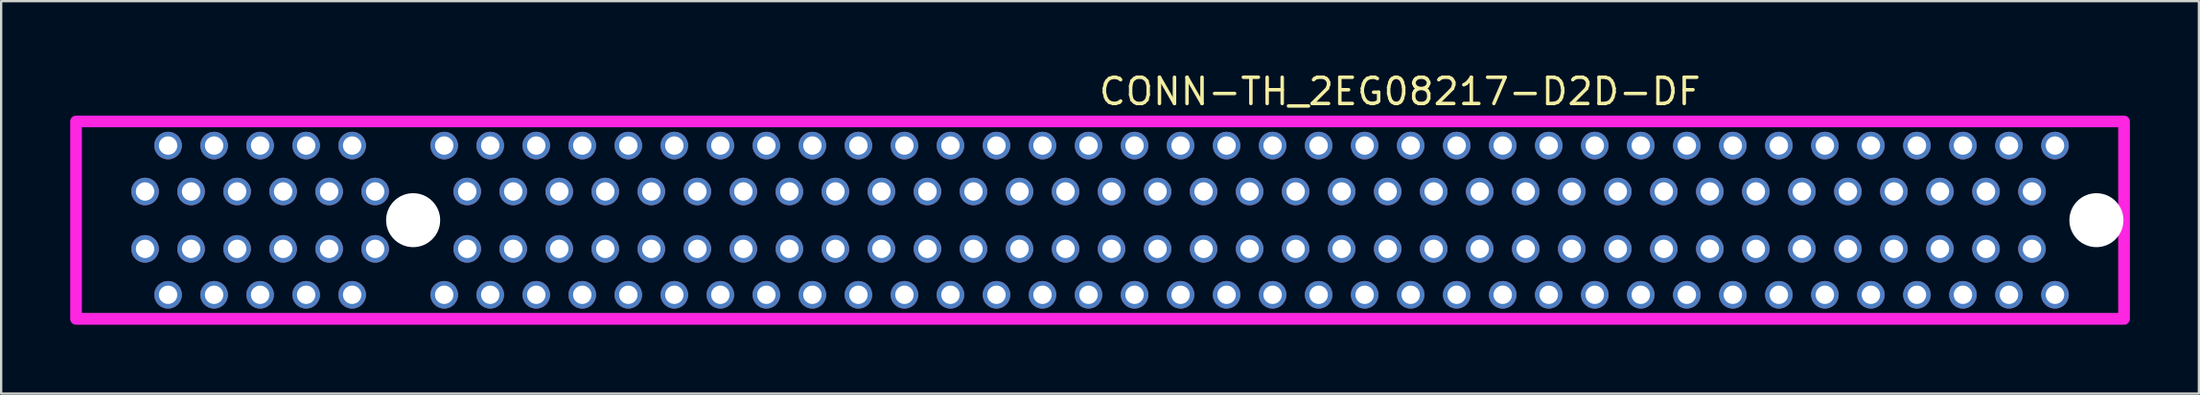
<source format=kicad_pcb>
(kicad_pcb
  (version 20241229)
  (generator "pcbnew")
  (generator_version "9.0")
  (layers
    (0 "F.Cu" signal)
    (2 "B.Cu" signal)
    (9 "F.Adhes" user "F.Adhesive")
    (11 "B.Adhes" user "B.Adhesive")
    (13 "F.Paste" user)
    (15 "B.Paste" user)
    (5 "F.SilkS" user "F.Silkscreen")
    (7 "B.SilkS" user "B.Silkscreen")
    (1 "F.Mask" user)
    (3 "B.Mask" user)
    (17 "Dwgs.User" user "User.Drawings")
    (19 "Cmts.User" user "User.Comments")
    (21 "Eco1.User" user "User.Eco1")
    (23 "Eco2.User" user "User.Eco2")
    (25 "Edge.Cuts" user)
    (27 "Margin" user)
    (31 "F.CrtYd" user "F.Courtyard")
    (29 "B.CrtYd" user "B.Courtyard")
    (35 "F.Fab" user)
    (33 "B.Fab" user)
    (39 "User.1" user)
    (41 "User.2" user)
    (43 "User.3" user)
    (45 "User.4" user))
  (footprint "CONN-TH_2EG08217-D2D-DF"
    (layer "F.Cu")
    (at 44.754 6.54)
    (property "Reference" "CONN-TH_2EG08217-D2D-DF" (at -0.13 -5.604 0) (layer "F.SilkS") (effects (font (size 1.143 1.143) (thickness 0.152)) (justify left)))
    (attr through_hole)
    (fp_line (start -44.455 -4.191) (end -44.455 4.191) (stroke (width 0.254) (type solid)) (layer "F.SilkS"))
    (fp_line (start -44.455 -4.191) (end 44.445 -4.191) (stroke (width 0.254) (type solid)) (layer "F.SilkS"))
    (fp_line (start -44.455 4.191) (end 44.445 4.191) (stroke (width 0.254) (type solid)) (layer "F.SilkS"))
    (fp_line (start 44.445 -0.747) (end 44.445 -4.191) (stroke (width 0.254) (type solid)) (layer "F.SilkS"))
    (fp_line (start 44.445 4.191) (end 44.445 0.747) (stroke (width 0.254) (type solid)) (layer "F.SilkS"))
    (fp_circle (center -29.85 -0.000127) (end -29.85 0.5) (stroke (width 1) (type solid)) (fill no) (layer "Cmts.User"))
    (fp_circle (center 43.3 -0.000127) (end 43.3 0.5) (stroke (width 1) (type solid)) (fill no) (layer "Cmts.User"))
    (fp_poly (pts (xy -44.5 -4.3) (xy 44.5 -4.3) (xy 44.5 4.3) (xy -44.5 4.3)) (stroke (width 0.508) (type solid)) (fill no) (layer "F.CrtYd"))
    (pad "" np_thru_hole circle (at -29.85 -0.000127) (size 2.35 2.35) (drill 2.35) (layers "*.Cu" "*.Mask"))
    (pad "" np_thru_hole circle (at 43.3 -0.000127) (size 2.35 2.35) (drill 2.35) (layers "*.Cu" "*.Mask"))
    (pad "1" thru_hole circle (at -41.5 -1.25) (size 1.2 1.2) (drill 0.8) (layers "*.Cu" "*.Mask"))
    (pad "2" thru_hole circle (at -40.5 -3.25) (size 1.2 1.2) (drill 0.8) (layers "*.Cu" "*.Mask"))
    (pad "3" thru_hole circle (at -39.5 -1.25) (size 1.2 1.2) (drill 0.8) (layers "*.Cu" "*.Mask"))
    (pad "4" thru_hole circle (at -38.5 -3.25) (size 1.2 1.2) (drill 0.8) (layers "*.Cu" "*.Mask"))
    (pad "5" thru_hole circle (at -37.5 -1.25) (size 1.2 1.2) (drill 0.8) (layers "*.Cu" "*.Mask"))
    (pad "6" thru_hole circle (at -36.5 -3.25) (size 1.2 1.2) (drill 0.8) (layers "*.Cu" "*.Mask"))
    (pad "7" thru_hole circle (at -35.5 -1.25) (size 1.2 1.2) (drill 0.8) (layers "*.Cu" "*.Mask"))
    (pad "8" thru_hole circle (at -34.5 -3.25) (size 1.2 1.2) (drill 0.8) (layers "*.Cu" "*.Mask"))
    (pad "9" thru_hole circle (at -33.5 -1.25) (size 1.2 1.2) (drill 0.8) (layers "*.Cu" "*.Mask"))
    (pad "10" thru_hole circle (at -32.5 -3.25) (size 1.2 1.2) (drill 0.8) (layers "*.Cu" "*.Mask"))
    (pad "11" thru_hole circle (at -31.5 -1.25) (size 1.2 1.2) (drill 0.8) (layers "*.Cu" "*.Mask"))
    (pad "12" thru_hole circle (at -28.5 -3.25) (size 1.2 1.2) (drill 0.8) (layers "*.Cu" "*.Mask"))
    (pad "13" thru_hole circle (at -27.5 -1.25) (size 1.2 1.2) (drill 0.8) (layers "*.Cu" "*.Mask"))
    (pad "14" thru_hole circle (at -26.5 -3.25) (size 1.2 1.2) (drill 0.8) (layers "*.Cu" "*.Mask"))
    (pad "15" thru_hole circle (at -25.5 -1.25) (size 1.2 1.2) (drill 0.8) (layers "*.Cu" "*.Mask"))
    (pad "16" thru_hole circle (at -24.5 -3.25) (size 1.2 1.2) (drill 0.8) (layers "*.Cu" "*.Mask"))
    (pad "17" thru_hole circle (at -23.5 -1.25) (size 1.2 1.2) (drill 0.8) (layers "*.Cu" "*.Mask"))
    (pad "18" thru_hole circle (at -22.5 -3.25) (size 1.2 1.2) (drill 0.8) (layers "*.Cu" "*.Mask"))
    (pad "19" thru_hole circle (at -21.5 -1.25) (size 1.2 1.2) (drill 0.8) (layers "*.Cu" "*.Mask"))
    (pad "20" thru_hole circle (at -20.5 -3.25) (size 1.2 1.2) (drill 0.8) (layers "*.Cu" "*.Mask"))
    (pad "21" thru_hole circle (at -19.5 -1.25) (size 1.2 1.2) (drill 0.8) (layers "*.Cu" "*.Mask"))
    (pad "22" thru_hole circle (at -18.5 -3.25) (size 1.2 1.2) (drill 0.8) (layers "*.Cu" "*.Mask"))
    (pad "23" thru_hole circle (at -17.5 -1.25) (size 1.2 1.2) (drill 0.8) (layers "*.Cu" "*.Mask"))
    (pad "24" thru_hole circle (at -16.5 -3.25) (size 1.2 1.2) (drill 0.8) (layers "*.Cu" "*.Mask"))
    (pad "25" thru_hole circle (at -15.5 -1.25) (size 1.2 1.2) (drill 0.8) (layers "*.Cu" "*.Mask"))
    (pad "26" thru_hole circle (at -14.5 -3.25) (size 1.2 1.2) (drill 0.8) (layers "*.Cu" "*.Mask"))
    (pad "27" thru_hole circle (at -13.5 -1.25) (size 1.2 1.2) (drill 0.8) (layers "*.Cu" "*.Mask"))
    (pad "28" thru_hole circle (at -12.5 -3.25) (size 1.2 1.2) (drill 0.8) (layers "*.Cu" "*.Mask"))
    (pad "29" thru_hole circle (at -11.5 -1.25) (size 1.2 1.2) (drill 0.8) (layers "*.Cu" "*.Mask"))
    (pad "30" thru_hole circle (at -10.5 -3.25) (size 1.2 1.2) (drill 0.8) (layers "*.Cu" "*.Mask"))
    (pad "31" thru_hole circle (at -9.5 -1.25) (size 1.2 1.2) (drill 0.8) (layers "*.Cu" "*.Mask"))
    (pad "32" thru_hole circle (at -8.5 -3.25) (size 1.2 1.2) (drill 0.8) (layers "*.Cu" "*.Mask"))
    (pad "33" thru_hole circle (at -7.5 -1.25) (size 1.2 1.2) (drill 0.8) (layers "*.Cu" "*.Mask"))
    (pad "34" thru_hole circle (at -6.5 -3.25) (size 1.2 1.2) (drill 0.8) (layers "*.Cu" "*.Mask"))
    (pad "35" thru_hole circle (at -5.5 -1.25) (size 1.2 1.2) (drill 0.8) (layers "*.Cu" "*.Mask"))
    (pad "36" thru_hole circle (at -4.5 -3.25) (size 1.2 1.2) (drill 0.8) (layers "*.Cu" "*.Mask"))
    (pad "37" thru_hole circle (at -3.5 -1.25) (size 1.2 1.2) (drill 0.8) (layers "*.Cu" "*.Mask"))
    (pad "38" thru_hole circle (at -2.5 -3.25) (size 1.2 1.2) (drill 0.8) (layers "*.Cu" "*.Mask"))
    (pad "39" thru_hole circle (at -1.5 -1.25) (size 1.2 1.2) (drill 0.8) (layers "*.Cu" "*.Mask"))
    (pad "40" thru_hole circle (at -0.5 -3.25) (size 1.2 1.2) (drill 0.8) (layers "*.Cu" "*.Mask"))
    (pad "41" thru_hole circle (at 0.5 -1.25) (size 1.2 1.2) (drill 0.8) (layers "*.Cu" "*.Mask"))
    (pad "42" thru_hole circle (at 1.5 -3.25) (size 1.2 1.2) (drill 0.8) (layers "*.Cu" "*.Mask"))
    (pad "43" thru_hole circle (at 2.5 -1.25) (size 1.2 1.2) (drill 0.8) (layers "*.Cu" "*.Mask"))
    (pad "44" thru_hole circle (at 3.5 -3.25) (size 1.2 1.2) (drill 0.8) (layers "*.Cu" "*.Mask"))
    (pad "45" thru_hole circle (at 4.5 -1.25) (size 1.2 1.2) (drill 0.8) (layers "*.Cu" "*.Mask"))
    (pad "46" thru_hole circle (at 5.5 -3.25) (size 1.2 1.2) (drill 0.8) (layers "*.Cu" "*.Mask"))
    (pad "47" thru_hole circle (at 6.5 -1.25) (size 1.2 1.2) (drill 0.8) (layers "*.Cu" "*.Mask"))
    (pad "48" thru_hole circle (at 7.5 -3.25) (size 1.2 1.2) (drill 0.8) (layers "*.Cu" "*.Mask"))
    (pad "49" thru_hole circle (at 8.5 -1.25) (size 1.2 1.2) (drill 0.8) (layers "*.Cu" "*.Mask"))
    (pad "50" thru_hole circle (at 9.5 -3.25) (size 1.2 1.2) (drill 0.8) (layers "*.Cu" "*.Mask"))
    (pad "51" thru_hole circle (at 10.5 -1.25) (size 1.2 1.2) (drill 0.8) (layers "*.Cu" "*.Mask"))
    (pad "52" thru_hole circle (at 11.5 -3.25) (size 1.2 1.2) (drill 0.8) (layers "*.Cu" "*.Mask"))
    (pad "53" thru_hole circle (at 12.5 -1.25) (size 1.2 1.2) (drill 0.8) (layers "*.Cu" "*.Mask"))
    (pad "54" thru_hole circle (at 13.5 -3.25) (size 1.2 1.2) (drill 0.8) (layers "*.Cu" "*.Mask"))
    (pad "55" thru_hole circle (at 14.5 -1.25) (size 1.2 1.2) (drill 0.8) (layers "*.Cu" "*.Mask"))
    (pad "56" thru_hole circle (at 15.5 -3.25) (size 1.2 1.2) (drill 0.8) (layers "*.Cu" "*.Mask"))
    (pad "57" thru_hole circle (at 16.5 -1.25) (size 1.2 1.2) (drill 0.8) (layers "*.Cu" "*.Mask"))
    (pad "58" thru_hole circle (at 17.5 -3.25) (size 1.2 1.2) (drill 0.8) (layers "*.Cu" "*.Mask"))
    (pad "59" thru_hole circle (at 18.5 -1.25) (size 1.2 1.2) (drill 0.8) (layers "*.Cu" "*.Mask"))
    (pad "60" thru_hole circle (at 19.5 -3.25) (size 1.2 1.2) (drill 0.8) (layers "*.Cu" "*.Mask"))
    (pad "61" thru_hole circle (at 20.5 -1.25) (size 1.2 1.2) (drill 0.8) (layers "*.Cu" "*.Mask"))
    (pad "62" thru_hole circle (at 21.5 -3.25) (size 1.2 1.2) (drill 0.8) (layers "*.Cu" "*.Mask"))
    (pad "63" thru_hole circle (at 22.5 -1.25) (size 1.2 1.2) (drill 0.8) (layers "*.Cu" "*.Mask"))
    (pad "64" thru_hole circle (at 23.5 -3.25) (size 1.2 1.2) (drill 0.8) (layers "*.Cu" "*.Mask"))
    (pad "65" thru_hole circle (at 24.5 -1.25) (size 1.2 1.2) (drill 0.8) (layers "*.Cu" "*.Mask"))
    (pad "66" thru_hole circle (at 25.5 -3.25) (size 1.2 1.2) (drill 0.8) (layers "*.Cu" "*.Mask"))
    (pad "67" thru_hole circle (at 26.5 -1.25) (size 1.2 1.2) (drill 0.8) (layers "*.Cu" "*.Mask"))
    (pad "68" thru_hole circle (at 27.5 -3.25) (size 1.2 1.2) (drill 0.8) (layers "*.Cu" "*.Mask"))
    (pad "69" thru_hole circle (at 28.5 -1.25) (size 1.2 1.2) (drill 0.8) (layers "*.Cu" "*.Mask"))
    (pad "70" thru_hole circle (at 29.5 -3.25) (size 1.2 1.2) (drill 0.8) (layers "*.Cu" "*.Mask"))
    (pad "71" thru_hole circle (at 30.5 -1.25) (size 1.2 1.2) (drill 0.8) (layers "*.Cu" "*.Mask"))
    (pad "72" thru_hole circle (at 31.5 -3.25) (size 1.2 1.2) (drill 0.8) (layers "*.Cu" "*.Mask"))
    (pad "73" thru_hole circle (at 32.5 -1.25) (size 1.2 1.2) (drill 0.8) (layers "*.Cu" "*.Mask"))
    (pad "74" thru_hole circle (at 33.5 -3.25) (size 1.2 1.2) (drill 0.8) (layers "*.Cu" "*.Mask"))
    (pad "75" thru_hole circle (at 34.5 -1.25) (size 1.2 1.2) (drill 0.8) (layers "*.Cu" "*.Mask"))
    (pad "76" thru_hole circle (at 35.5 -3.25) (size 1.2 1.2) (drill 0.8) (layers "*.Cu" "*.Mask"))
    (pad "77" thru_hole circle (at 36.5 -1.25) (size 1.2 1.2) (drill 0.8) (layers "*.Cu" "*.Mask"))
    (pad "78" thru_hole circle (at 37.5 -3.25) (size 1.2 1.2) (drill 0.8) (layers "*.Cu" "*.Mask"))
    (pad "79" thru_hole circle (at 38.5 -1.25) (size 1.2 1.2) (drill 0.8) (layers "*.Cu" "*.Mask"))
    (pad "80" thru_hole circle (at 39.5 -3.25) (size 1.2 1.2) (drill 0.8) (layers "*.Cu" "*.Mask"))
    (pad "81" thru_hole circle (at 40.5 -1.25) (size 1.2 1.2) (drill 0.8) (layers "*.Cu" "*.Mask"))
    (pad "82" thru_hole circle (at 41.5 -3.25) (size 1.2 1.2) (drill 0.8) (layers "*.Cu" "*.Mask"))
    (pad "83" thru_hole circle (at -41.5 1.25) (size 1.2 1.2) (drill 0.8) (layers "*.Cu" "*.Mask"))
    (pad "84" thru_hole circle (at -40.5 3.25) (size 1.2 1.2) (drill 0.8) (layers "*.Cu" "*.Mask"))
    (pad "85" thru_hole circle (at -39.5 1.25) (size 1.2 1.2) (drill 0.8) (layers "*.Cu" "*.Mask"))
    (pad "86" thru_hole circle (at -38.5 3.25) (size 1.2 1.2) (drill 0.8) (layers "*.Cu" "*.Mask"))
    (pad "87" thru_hole circle (at -37.5 1.25) (size 1.2 1.2) (drill 0.8) (layers "*.Cu" "*.Mask"))
    (pad "88" thru_hole circle (at -36.5 3.25) (size 1.2 1.2) (drill 0.8) (layers "*.Cu" "*.Mask"))
    (pad "89" thru_hole circle (at -35.5 1.25) (size 1.2 1.2) (drill 0.8) (layers "*.Cu" "*.Mask"))
    (pad "90" thru_hole circle (at -34.5 3.25) (size 1.2 1.2) (drill 0.8) (layers "*.Cu" "*.Mask"))
    (pad "91" thru_hole circle (at -33.5 1.25) (size 1.2 1.2) (drill 0.8) (layers "*.Cu" "*.Mask"))
    (pad "92" thru_hole circle (at -32.5 3.25) (size 1.2 1.2) (drill 0.8) (layers "*.Cu" "*.Mask"))
    (pad "93" thru_hole circle (at -31.5 1.25) (size 1.2 1.2) (drill 0.8) (layers "*.Cu" "*.Mask"))
    (pad "94" thru_hole circle (at -28.5 3.25) (size 1.2 1.2) (drill 0.8) (layers "*.Cu" "*.Mask"))
    (pad "95" thru_hole circle (at -27.5 1.25) (size 1.2 1.2) (drill 0.8) (layers "*.Cu" "*.Mask"))
    (pad "96" thru_hole circle (at -26.5 3.25) (size 1.2 1.2) (drill 0.8) (layers "*.Cu" "*.Mask"))
    (pad "97" thru_hole circle (at -25.5 1.25) (size 1.2 1.2) (drill 0.8) (layers "*.Cu" "*.Mask"))
    (pad "98" thru_hole circle (at -24.5 3.25) (size 1.2 1.2) (drill 0.8) (layers "*.Cu" "*.Mask"))
    (pad "99" thru_hole circle (at -23.5 1.25) (size 1.2 1.2) (drill 0.8) (layers "*.Cu" "*.Mask"))
    (pad "100" thru_hole circle (at -22.5 3.25) (size 1.2 1.2) (drill 0.8) (layers "*.Cu" "*.Mask"))
    (pad "101" thru_hole circle (at -21.5 1.25) (size 1.2 1.2) (drill 0.8) (layers "*.Cu" "*.Mask"))
    (pad "102" thru_hole circle (at -20.5 3.25) (size 1.2 1.2) (drill 0.8) (layers "*.Cu" "*.Mask"))
    (pad "103" thru_hole circle (at -19.5 1.25) (size 1.2 1.2) (drill 0.8) (layers "*.Cu" "*.Mask"))
    (pad "104" thru_hole circle (at -18.5 3.25) (size 1.2 1.2) (drill 0.8) (layers "*.Cu" "*.Mask"))
    (pad "105" thru_hole circle (at -17.5 1.25) (size 1.2 1.2) (drill 0.8) (layers "*.Cu" "*.Mask"))
    (pad "106" thru_hole circle (at -16.5 3.25) (size 1.2 1.2) (drill 0.8) (layers "*.Cu" "*.Mask"))
    (pad "107" thru_hole circle (at -15.5 1.25) (size 1.2 1.2) (drill 0.8) (layers "*.Cu" "*.Mask"))
    (pad "108" thru_hole circle (at -14.5 3.25) (size 1.2 1.2) (drill 0.8) (layers "*.Cu" "*.Mask"))
    (pad "109" thru_hole circle (at -13.5 1.25) (size 1.2 1.2) (drill 0.8) (layers "*.Cu" "*.Mask"))
    (pad "110" thru_hole circle (at -12.5 3.25) (size 1.2 1.2) (drill 0.8) (layers "*.Cu" "*.Mask"))
    (pad "111" thru_hole circle (at -11.5 1.25) (size 1.2 1.2) (drill 0.8) (layers "*.Cu" "*.Mask"))
    (pad "112" thru_hole circle (at -10.5 3.25) (size 1.2 1.2) (drill 0.8) (layers "*.Cu" "*.Mask"))
    (pad "113" thru_hole circle (at -9.5 1.25) (size 1.2 1.2) (drill 0.8) (layers "*.Cu" "*.Mask"))
    (pad "114" thru_hole circle (at -8.5 3.25) (size 1.2 1.2) (drill 0.8) (layers "*.Cu" "*.Mask"))
    (pad "115" thru_hole circle (at -7.5 1.25) (size 1.2 1.2) (drill 0.8) (layers "*.Cu" "*.Mask"))
    (pad "116" thru_hole circle (at -6.5 3.25) (size 1.2 1.2) (drill 0.8) (layers "*.Cu" "*.Mask"))
    (pad "117" thru_hole circle (at -5.5 1.25) (size 1.2 1.2) (drill 0.8) (layers "*.Cu" "*.Mask"))
    (pad "118" thru_hole circle (at -4.5 3.25) (size 1.2 1.2) (drill 0.8) (layers "*.Cu" "*.Mask"))
    (pad "119" thru_hole circle (at -3.5 1.25) (size 1.2 1.2) (drill 0.8) (layers "*.Cu" "*.Mask"))
    (pad "120" thru_hole circle (at -2.5 3.25) (size 1.2 1.2) (drill 0.8) (layers "*.Cu" "*.Mask"))
    (pad "121" thru_hole circle (at -1.5 1.25) (size 1.2 1.2) (drill 0.8) (layers "*.Cu" "*.Mask"))
    (pad "122" thru_hole circle (at -0.5 3.25) (size 1.2 1.2) (drill 0.8) (layers "*.Cu" "*.Mask"))
    (pad "123" thru_hole circle (at 0.5 1.25) (size 1.2 1.2) (drill 0.8) (layers "*.Cu" "*.Mask"))
    (pad "124" thru_hole circle (at 1.5 3.25) (size 1.2 1.2) (drill 0.8) (layers "*.Cu" "*.Mask"))
    (pad "125" thru_hole circle (at 2.5 1.25) (size 1.2 1.2) (drill 0.8) (layers "*.Cu" "*.Mask"))
    (pad "126" thru_hole circle (at 3.5 3.25) (size 1.2 1.2) (drill 0.8) (layers "*.Cu" "*.Mask"))
    (pad "127" thru_hole circle (at 4.5 1.25) (size 1.2 1.2) (drill 0.8) (layers "*.Cu" "*.Mask"))
    (pad "128" thru_hole circle (at 5.5 3.25) (size 1.2 1.2) (drill 0.8) (layers "*.Cu" "*.Mask"))
    (pad "129" thru_hole circle (at 6.5 1.25) (size 1.2 1.2) (drill 0.8) (layers "*.Cu" "*.Mask"))
    (pad "130" thru_hole circle (at 7.5 3.25) (size 1.2 1.2) (drill 0.8) (layers "*.Cu" "*.Mask"))
    (pad "131" thru_hole circle (at 8.5 1.25) (size 1.2 1.2) (drill 0.8) (layers "*.Cu" "*.Mask"))
    (pad "132" thru_hole circle (at 9.5 3.25) (size 1.2 1.2) (drill 0.8) (layers "*.Cu" "*.Mask"))
    (pad "133" thru_hole circle (at 10.5 1.25) (size 1.2 1.2) (drill 0.8) (layers "*.Cu" "*.Mask"))
    (pad "134" thru_hole circle (at 11.5 3.25) (size 1.2 1.2) (drill 0.8) (layers "*.Cu" "*.Mask"))
    (pad "135" thru_hole circle (at 12.5 1.25) (size 1.2 1.2) (drill 0.8) (layers "*.Cu" "*.Mask"))
    (pad "136" thru_hole circle (at 13.5 3.25) (size 1.2 1.2) (drill 0.8) (layers "*.Cu" "*.Mask"))
    (pad "137" thru_hole circle (at 14.5 1.25) (size 1.2 1.2) (drill 0.8) (layers "*.Cu" "*.Mask"))
    (pad "138" thru_hole circle (at 15.5 3.25) (size 1.2 1.2) (drill 0.8) (layers "*.Cu" "*.Mask"))
    (pad "139" thru_hole circle (at 16.5 1.25) (size 1.2 1.2) (drill 0.8) (layers "*.Cu" "*.Mask"))
    (pad "140" thru_hole circle (at 17.5 3.25) (size 1.2 1.2) (drill 0.8) (layers "*.Cu" "*.Mask"))
    (pad "141" thru_hole circle (at 18.5 1.25) (size 1.2 1.2) (drill 0.8) (layers "*.Cu" "*.Mask"))
    (pad "142" thru_hole circle (at 19.5 3.25) (size 1.2 1.2) (drill 0.8) (layers "*.Cu" "*.Mask"))
    (pad "143" thru_hole circle (at 20.5 1.25) (size 1.2 1.2) (drill 0.8) (layers "*.Cu" "*.Mask"))
    (pad "144" thru_hole circle (at 21.5 3.25) (size 1.2 1.2) (drill 0.8) (layers "*.Cu" "*.Mask"))
    (pad "145" thru_hole circle (at 22.5 1.25) (size 1.2 1.2) (drill 0.8) (layers "*.Cu" "*.Mask"))
    (pad "146" thru_hole circle (at 23.5 3.25) (size 1.2 1.2) (drill 0.8) (layers "*.Cu" "*.Mask"))
    (pad "147" thru_hole circle (at 24.5 1.25) (size 1.2 1.2) (drill 0.8) (layers "*.Cu" "*.Mask"))
    (pad "148" thru_hole circle (at 25.5 3.25) (size 1.2 1.2) (drill 0.8) (layers "*.Cu" "*.Mask"))
    (pad "149" thru_hole circle (at 26.5 1.25) (size 1.2 1.2) (drill 0.8) (layers "*.Cu" "*.Mask"))
    (pad "150" thru_hole circle (at 27.5 3.25) (size 1.2 1.2) (drill 0.8) (layers "*.Cu" "*.Mask"))
    (pad "151" thru_hole circle (at 28.5 1.25) (size 1.2 1.2) (drill 0.8) (layers "*.Cu" "*.Mask"))
    (pad "152" thru_hole circle (at 29.5 3.25) (size 1.2 1.2) (drill 0.8) (layers "*.Cu" "*.Mask"))
    (pad "153" thru_hole circle (at 30.5 1.25) (size 1.2 1.2) (drill 0.8) (layers "*.Cu" "*.Mask"))
    (pad "154" thru_hole circle (at 31.5 3.25) (size 1.2 1.2) (drill 0.8) (layers "*.Cu" "*.Mask"))
    (pad "155" thru_hole circle (at 32.5 1.25) (size 1.2 1.2) (drill 0.8) (layers "*.Cu" "*.Mask"))
    (pad "156" thru_hole circle (at 33.5 3.25) (size 1.2 1.2) (drill 0.8) (layers "*.Cu" "*.Mask"))
    (pad "157" thru_hole circle (at 34.5 1.25) (size 1.2 1.2) (drill 0.8) (layers "*.Cu" "*.Mask"))
    (pad "158" thru_hole circle (at 35.5 3.25) (size 1.2 1.2) (drill 0.8) (layers "*.Cu" "*.Mask"))
    (pad "159" thru_hole circle (at 36.5 1.25) (size 1.2 1.2) (drill 0.8) (layers "*.Cu" "*.Mask"))
    (pad "160" thru_hole circle (at 37.5 3.25) (size 1.2 1.2) (drill 0.8) (layers "*.Cu" "*.Mask"))
    (pad "161" thru_hole circle (at 38.5 1.25) (size 1.2 1.2) (drill 0.8) (layers "*.Cu" "*.Mask"))
    (pad "162" thru_hole circle (at 39.5 3.25) (size 1.2 1.2) (drill 0.8) (layers "*.Cu" "*.Mask"))
    (pad "163" thru_hole circle (at 40.5 1.25) (size 1.2 1.2) (drill 0.8) (layers "*.Cu" "*.Mask"))
    (pad "164" thru_hole circle (at 41.5 3.25) (size 1.2 1.2) (drill 0.8) (layers "*.Cu" "*.Mask")))
  (gr_rect
    (start -3 -3)
    (end 92.508 14.094)
    (stroke (width 0.1) (type default))
    (fill no)
    (layer "Edge.Cuts")))
</source>
